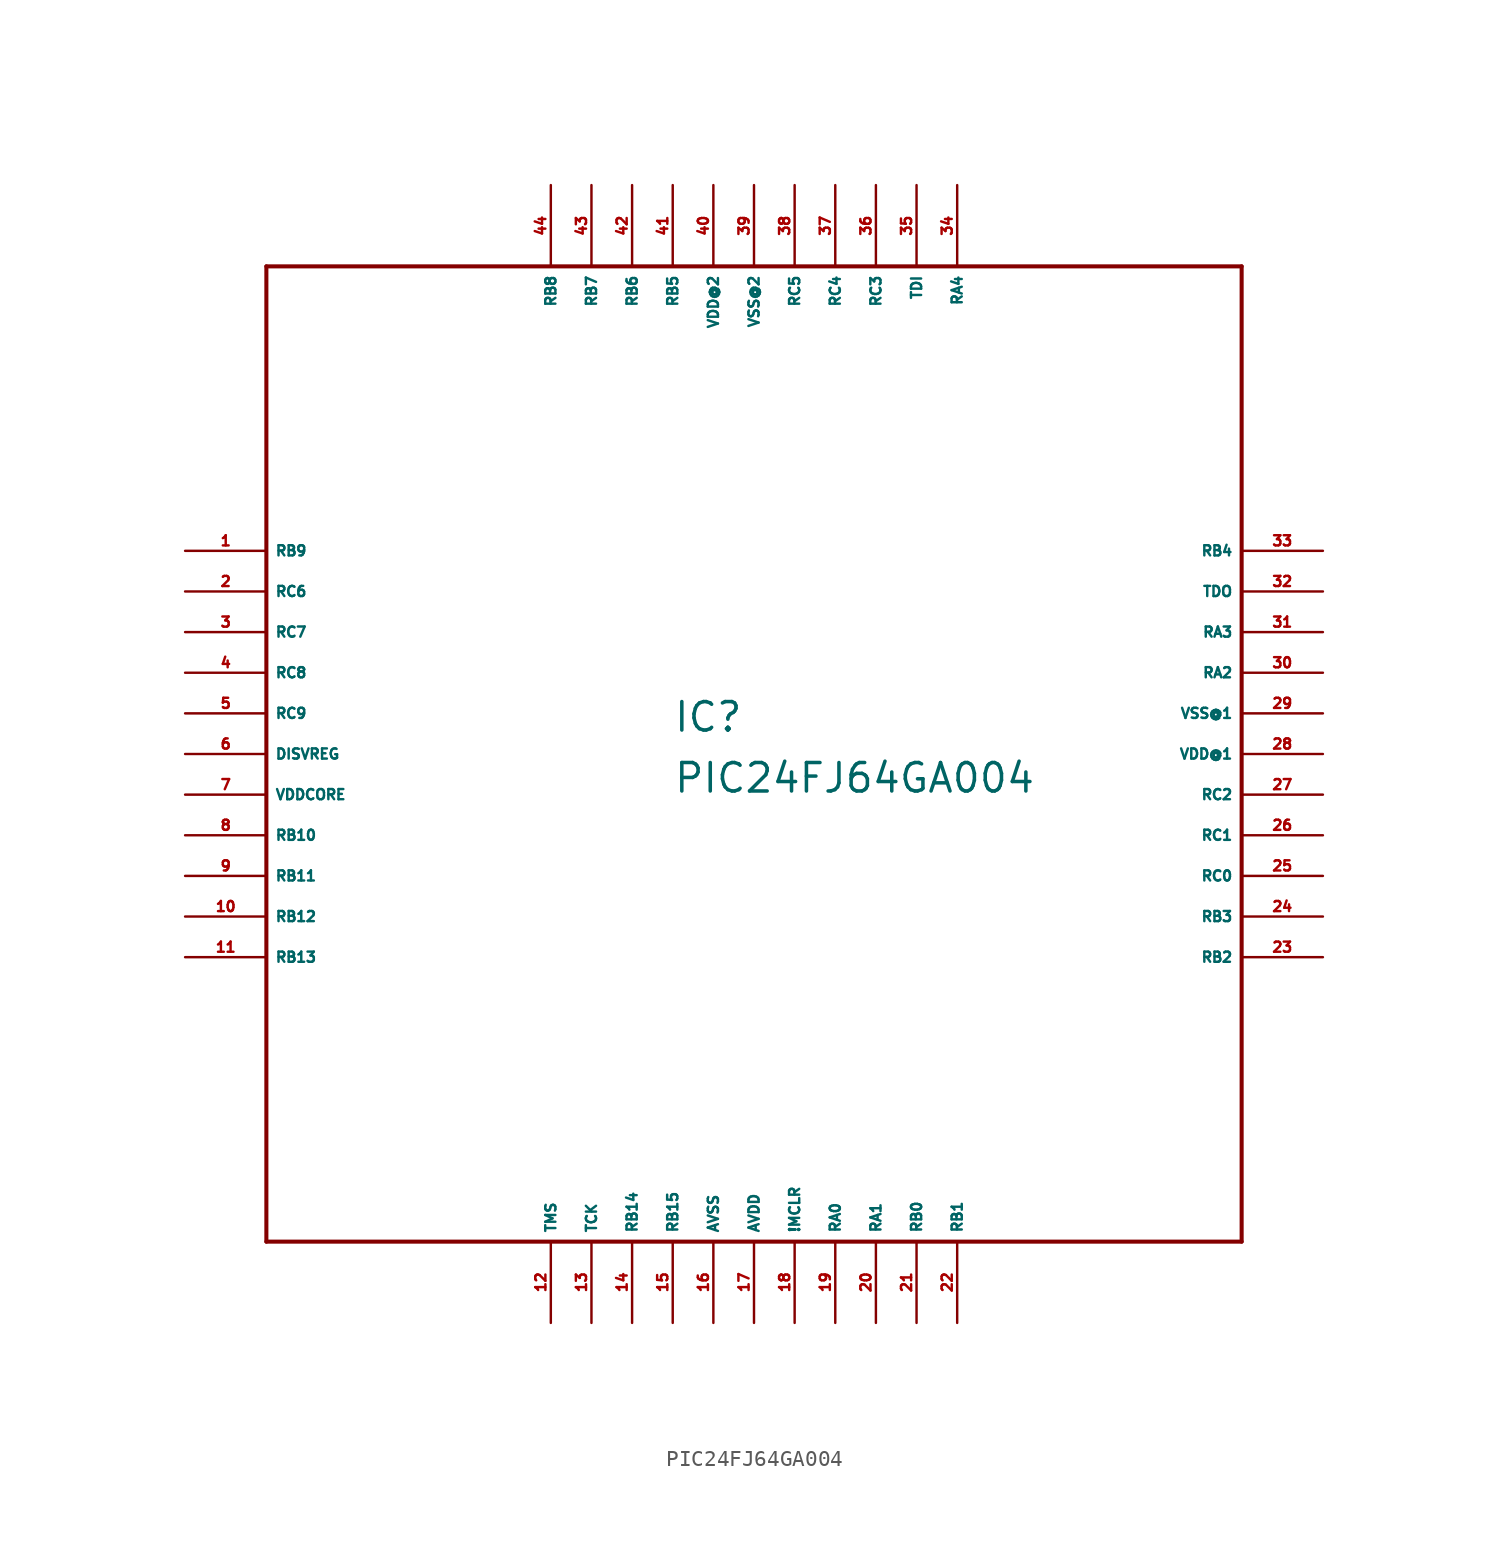
<source format=kicad_sym>
(kicad_symbol_lib
  (version 20220914)
  (generator Eagle2Kicad)
  (symbol "PIC24FJ64GA004"
    (property "Reference" "IC"
      (at -5.08 1.27 0)
      (effects (font (size 1.778 1.778) (thickness 0.22)) (justify left bottom)))
    (property "Value" "PIC24FJ64GA004"
      (at -5.08 -2.54 0)
      (effects (font (size 1.778 1.778) (thickness 0.22)) (justify left bottom)))
    (polyline
      (pts (xy -30.48 -30.48) (xy 30.48 -30.48))
      (stroke (width 0.254) (type default))
      (fill (type none)))
    (polyline
      (pts (xy 30.48 -30.48) (xy 30.48 30.48))
      (stroke (width 0.254) (type default))
      (fill (type none)))
    (polyline
      (pts (xy 30.48 30.48) (xy -30.48 30.48))
      (stroke (width 0.254) (type default))
      (fill (type none)))
    (polyline
      (pts (xy -30.48 30.48) (xy -30.48 -30.48))
      (stroke (width 0.254) (type default))
      (fill (type none)))
    (pin bidirectional line
      (at -35.56 12.7 0)
      (length 5.08)
      (name "RB9" (effects (font (size 0.635 0.635) (thickness 0.08)) (justify left bottom)))
      (number "1" (effects (font (size 0.635 0.635) (thickness 0.08)) (justify left bottom))))
    (pin bidirectional line
      (at -35.56 10.16 0)
      (length 5.08)
      (name "RC6" (effects (font (size 0.635 0.635) (thickness 0.08)) (justify left bottom)))
      (number "2" (effects (font (size 0.635 0.635) (thickness 0.08)) (justify left bottom))))
    (pin bidirectional line
      (at -35.56 7.62 0)
      (length 5.08)
      (name "RC7" (effects (font (size 0.635 0.635) (thickness 0.08)) (justify left bottom)))
      (number "3" (effects (font (size 0.635 0.635) (thickness 0.08)) (justify left bottom))))
    (pin bidirectional line
      (at -35.56 5.08 0)
      (length 5.08)
      (name "RC8" (effects (font (size 0.635 0.635) (thickness 0.08)) (justify left bottom)))
      (number "4" (effects (font (size 0.635 0.635) (thickness 0.08)) (justify left bottom))))
    (pin bidirectional line
      (at -35.56 2.54 0)
      (length 5.08)
      (name "RC9" (effects (font (size 0.635 0.635) (thickness 0.08)) (justify left bottom)))
      (number "5" (effects (font (size 0.635 0.635) (thickness 0.08)) (justify left bottom))))
    (pin passive line
      (at -35.56 0 0)
      (length 5.08)
      (name "DISVREG" (effects (font (size 0.635 0.635) (thickness 0.08)) (justify left bottom)))
      (number "6" (effects (font (size 0.635 0.635) (thickness 0.08)) (justify left bottom))))
    (pin unspecified line
      (at -35.56 -2.54 0)
      (length 5.08)
      (name "VDDCORE" (effects (font (size 0.635 0.635) (thickness 0.08)) (justify left bottom)))
      (number "7" (effects (font (size 0.635 0.635) (thickness 0.08)) (justify left bottom))))
    (pin bidirectional line
      (at -35.56 -5.08 0)
      (length 5.08)
      (name "RB10" (effects (font (size 0.635 0.635) (thickness 0.08)) (justify left bottom)))
      (number "8" (effects (font (size 0.635 0.635) (thickness 0.08)) (justify left bottom))))
    (pin bidirectional line
      (at -35.56 -7.62 0)
      (length 5.08)
      (name "RB11" (effects (font (size 0.635 0.635) (thickness 0.08)) (justify left bottom)))
      (number "9" (effects (font (size 0.635 0.635) (thickness 0.08)) (justify left bottom))))
    (pin bidirectional line
      (at -35.56 -10.16 0)
      (length 5.08)
      (name "RB12" (effects (font (size 0.635 0.635) (thickness 0.08)) (justify left bottom)))
      (number "10" (effects (font (size 0.635 0.635) (thickness 0.08)) (justify left bottom))))
    (pin bidirectional line
      (at -35.56 -12.7 0)
      (length 5.08)
      (name "RB13" (effects (font (size 0.635 0.635) (thickness 0.08)) (justify left bottom)))
      (number "11" (effects (font (size 0.635 0.635) (thickness 0.08)) (justify left bottom))))
    (pin input line
      (at -12.7 -35.56 90)
      (length 5.08)
      (name "TMS" (effects (font (size 0.635 0.635) (thickness 0.08)) (justify left bottom)))
      (number "12" (effects (font (size 0.635 0.635) (thickness 0.08)) (justify left bottom))))
    (pin input line
      (at -10.16 -35.56 90)
      (length 5.08)
      (name "TCK" (effects (font (size 0.635 0.635) (thickness 0.08)) (justify left bottom)))
      (number "13" (effects (font (size 0.635 0.635) (thickness 0.08)) (justify left bottom))))
    (pin bidirectional line
      (at -7.62 -35.56 90)
      (length 5.08)
      (name "RB14" (effects (font (size 0.635 0.635) (thickness 0.08)) (justify left bottom)))
      (number "14" (effects (font (size 0.635 0.635) (thickness 0.08)) (justify left bottom))))
    (pin bidirectional line
      (at -5.08 -35.56 90)
      (length 5.08)
      (name "RB15" (effects (font (size 0.635 0.635) (thickness 0.08)) (justify left bottom)))
      (number "15" (effects (font (size 0.635 0.635) (thickness 0.08)) (justify left bottom))))
    (pin unspecified line
      (at -2.54 -35.56 90)
      (length 5.08)
      (name "AVSS" (effects (font (size 0.635 0.635) (thickness 0.08)) (justify left bottom)))
      (number "16" (effects (font (size 0.635 0.635) (thickness 0.08)) (justify left bottom))))
    (pin unspecified line
      (at 0 -35.56 90)
      (length 5.08)
      (name "AVDD" (effects (font (size 0.635 0.635) (thickness 0.08)) (justify left bottom)))
      (number "17" (effects (font (size 0.635 0.635) (thickness 0.08)) (justify left bottom))))
    (pin bidirectional line
      (at 2.54 -35.56 90)
      (length 5.08)
      (name "!MCLR" (effects (font (size 0.635 0.635) (thickness 0.08)) (justify left bottom)))
      (number "18" (effects (font (size 0.635 0.635) (thickness 0.08)) (justify left bottom))))
    (pin bidirectional line
      (at 5.08 -35.56 90)
      (length 5.08)
      (name "RA0" (effects (font (size 0.635 0.635) (thickness 0.08)) (justify left bottom)))
      (number "19" (effects (font (size 0.635 0.635) (thickness 0.08)) (justify left bottom))))
    (pin bidirectional line
      (at 7.62 -35.56 90)
      (length 5.08)
      (name "RA1" (effects (font (size 0.635 0.635) (thickness 0.08)) (justify left bottom)))
      (number "20" (effects (font (size 0.635 0.635) (thickness 0.08)) (justify left bottom))))
    (pin bidirectional line
      (at 10.16 -35.56 90)
      (length 5.08)
      (name "RB0" (effects (font (size 0.635 0.635) (thickness 0.08)) (justify left bottom)))
      (number "21" (effects (font (size 0.635 0.635) (thickness 0.08)) (justify left bottom))))
    (pin bidirectional line
      (at 12.7 -35.56 90)
      (length 5.08)
      (name "RB1" (effects (font (size 0.635 0.635) (thickness 0.08)) (justify left bottom)))
      (number "22" (effects (font (size 0.635 0.635) (thickness 0.08)) (justify left bottom))))
    (pin bidirectional line
      (at 35.56 -12.7 180)
      (length 5.08)
      (name "RB2" (effects (font (size 0.635 0.635) (thickness 0.08)) (justify left bottom)))
      (number "23" (effects (font (size 0.635 0.635) (thickness 0.08)) (justify left bottom))))
    (pin bidirectional line
      (at 35.56 -10.16 180)
      (length 5.08)
      (name "RB3" (effects (font (size 0.635 0.635) (thickness 0.08)) (justify left bottom)))
      (number "24" (effects (font (size 0.635 0.635) (thickness 0.08)) (justify left bottom))))
    (pin bidirectional line
      (at 35.56 -7.62 180)
      (length 5.08)
      (name "RC0" (effects (font (size 0.635 0.635) (thickness 0.08)) (justify left bottom)))
      (number "25" (effects (font (size 0.635 0.635) (thickness 0.08)) (justify left bottom))))
    (pin bidirectional line
      (at 35.56 -5.08 180)
      (length 5.08)
      (name "RC1" (effects (font (size 0.635 0.635) (thickness 0.08)) (justify left bottom)))
      (number "26" (effects (font (size 0.635 0.635) (thickness 0.08)) (justify left bottom))))
    (pin bidirectional line
      (at 35.56 -2.54 180)
      (length 5.08)
      (name "RC2" (effects (font (size 0.635 0.635) (thickness 0.08)) (justify left bottom)))
      (number "27" (effects (font (size 0.635 0.635) (thickness 0.08)) (justify left bottom))))
    (pin unspecified line
      (at 35.56 0 180)
      (length 5.08)
      (name "VDD@1" (effects (font (size 0.635 0.635) (thickness 0.08)) (justify left bottom)))
      (number "28" (effects (font (size 0.635 0.635) (thickness 0.08)) (justify left bottom))))
    (pin unspecified line
      (at 35.56 2.54 180)
      (length 5.08)
      (name "VSS@1" (effects (font (size 0.635 0.635) (thickness 0.08)) (justify left bottom)))
      (number "29" (effects (font (size 0.635 0.635) (thickness 0.08)) (justify left bottom))))
    (pin bidirectional line
      (at 35.56 5.08 180)
      (length 5.08)
      (name "RA2" (effects (font (size 0.635 0.635) (thickness 0.08)) (justify left bottom)))
      (number "30" (effects (font (size 0.635 0.635) (thickness 0.08)) (justify left bottom))))
    (pin bidirectional line
      (at 35.56 7.62 180)
      (length 5.08)
      (name "RA3" (effects (font (size 0.635 0.635) (thickness 0.08)) (justify left bottom)))
      (number "31" (effects (font (size 0.635 0.635) (thickness 0.08)) (justify left bottom))))
    (pin output line
      (at 35.56 10.16 180)
      (length 5.08)
      (name "TDO" (effects (font (size 0.635 0.635) (thickness 0.08)) (justify left bottom)))
      (number "32" (effects (font (size 0.635 0.635) (thickness 0.08)) (justify left bottom))))
    (pin bidirectional line
      (at 35.56 12.7 180)
      (length 5.08)
      (name "RB4" (effects (font (size 0.635 0.635) (thickness 0.08)) (justify left bottom)))
      (number "33" (effects (font (size 0.635 0.635) (thickness 0.08)) (justify left bottom))))
    (pin bidirectional line
      (at 12.7 35.56 270)
      (length 5.08)
      (name "RA4" (effects (font (size 0.635 0.635) (thickness 0.08)) (justify left bottom)))
      (number "34" (effects (font (size 0.635 0.635) (thickness 0.08)) (justify left bottom))))
    (pin input line
      (at 10.16 35.56 270)
      (length 5.08)
      (name "TDI" (effects (font (size 0.635 0.635) (thickness 0.08)) (justify left bottom)))
      (number "35" (effects (font (size 0.635 0.635) (thickness 0.08)) (justify left bottom))))
    (pin bidirectional line
      (at 7.62 35.56 270)
      (length 5.08)
      (name "RC3" (effects (font (size 0.635 0.635) (thickness 0.08)) (justify left bottom)))
      (number "36" (effects (font (size 0.635 0.635) (thickness 0.08)) (justify left bottom))))
    (pin bidirectional line
      (at 5.08 35.56 270)
      (length 5.08)
      (name "RC4" (effects (font (size 0.635 0.635) (thickness 0.08)) (justify left bottom)))
      (number "37" (effects (font (size 0.635 0.635) (thickness 0.08)) (justify left bottom))))
    (pin bidirectional line
      (at 2.54 35.56 270)
      (length 5.08)
      (name "RC5" (effects (font (size 0.635 0.635) (thickness 0.08)) (justify left bottom)))
      (number "38" (effects (font (size 0.635 0.635) (thickness 0.08)) (justify left bottom))))
    (pin unspecified line
      (at 0 35.56 270)
      (length 5.08)
      (name "VSS@2" (effects (font (size 0.635 0.635) (thickness 0.08)) (justify left bottom)))
      (number "39" (effects (font (size 0.635 0.635) (thickness 0.08)) (justify left bottom))))
    (pin unspecified line
      (at -2.54 35.56 270)
      (length 5.08)
      (name "VDD@2" (effects (font (size 0.635 0.635) (thickness 0.08)) (justify left bottom)))
      (number "40" (effects (font (size 0.635 0.635) (thickness 0.08)) (justify left bottom))))
    (pin bidirectional line
      (at -5.08 35.56 270)
      (length 5.08)
      (name "RB5" (effects (font (size 0.635 0.635) (thickness 0.08)) (justify left bottom)))
      (number "41" (effects (font (size 0.635 0.635) (thickness 0.08)) (justify left bottom))))
    (pin bidirectional line
      (at -7.62 35.56 270)
      (length 5.08)
      (name "RB6" (effects (font (size 0.635 0.635) (thickness 0.08)) (justify left bottom)))
      (number "42" (effects (font (size 0.635 0.635) (thickness 0.08)) (justify left bottom))))
    (pin bidirectional line
      (at -10.16 35.56 270)
      (length 5.08)
      (name "RB7" (effects (font (size 0.635 0.635) (thickness 0.08)) (justify left bottom)))
      (number "43" (effects (font (size 0.635 0.635) (thickness 0.08)) (justify left bottom))))
    (pin bidirectional line
      (at -12.7 35.56 270)
      (length 5.08)
      (name "RB8" (effects (font (size 0.635 0.635) (thickness 0.08)) (justify left bottom)))
      (number "44" (effects (font (size 0.635 0.635) (thickness 0.08)) (justify left bottom))))))
</source>
